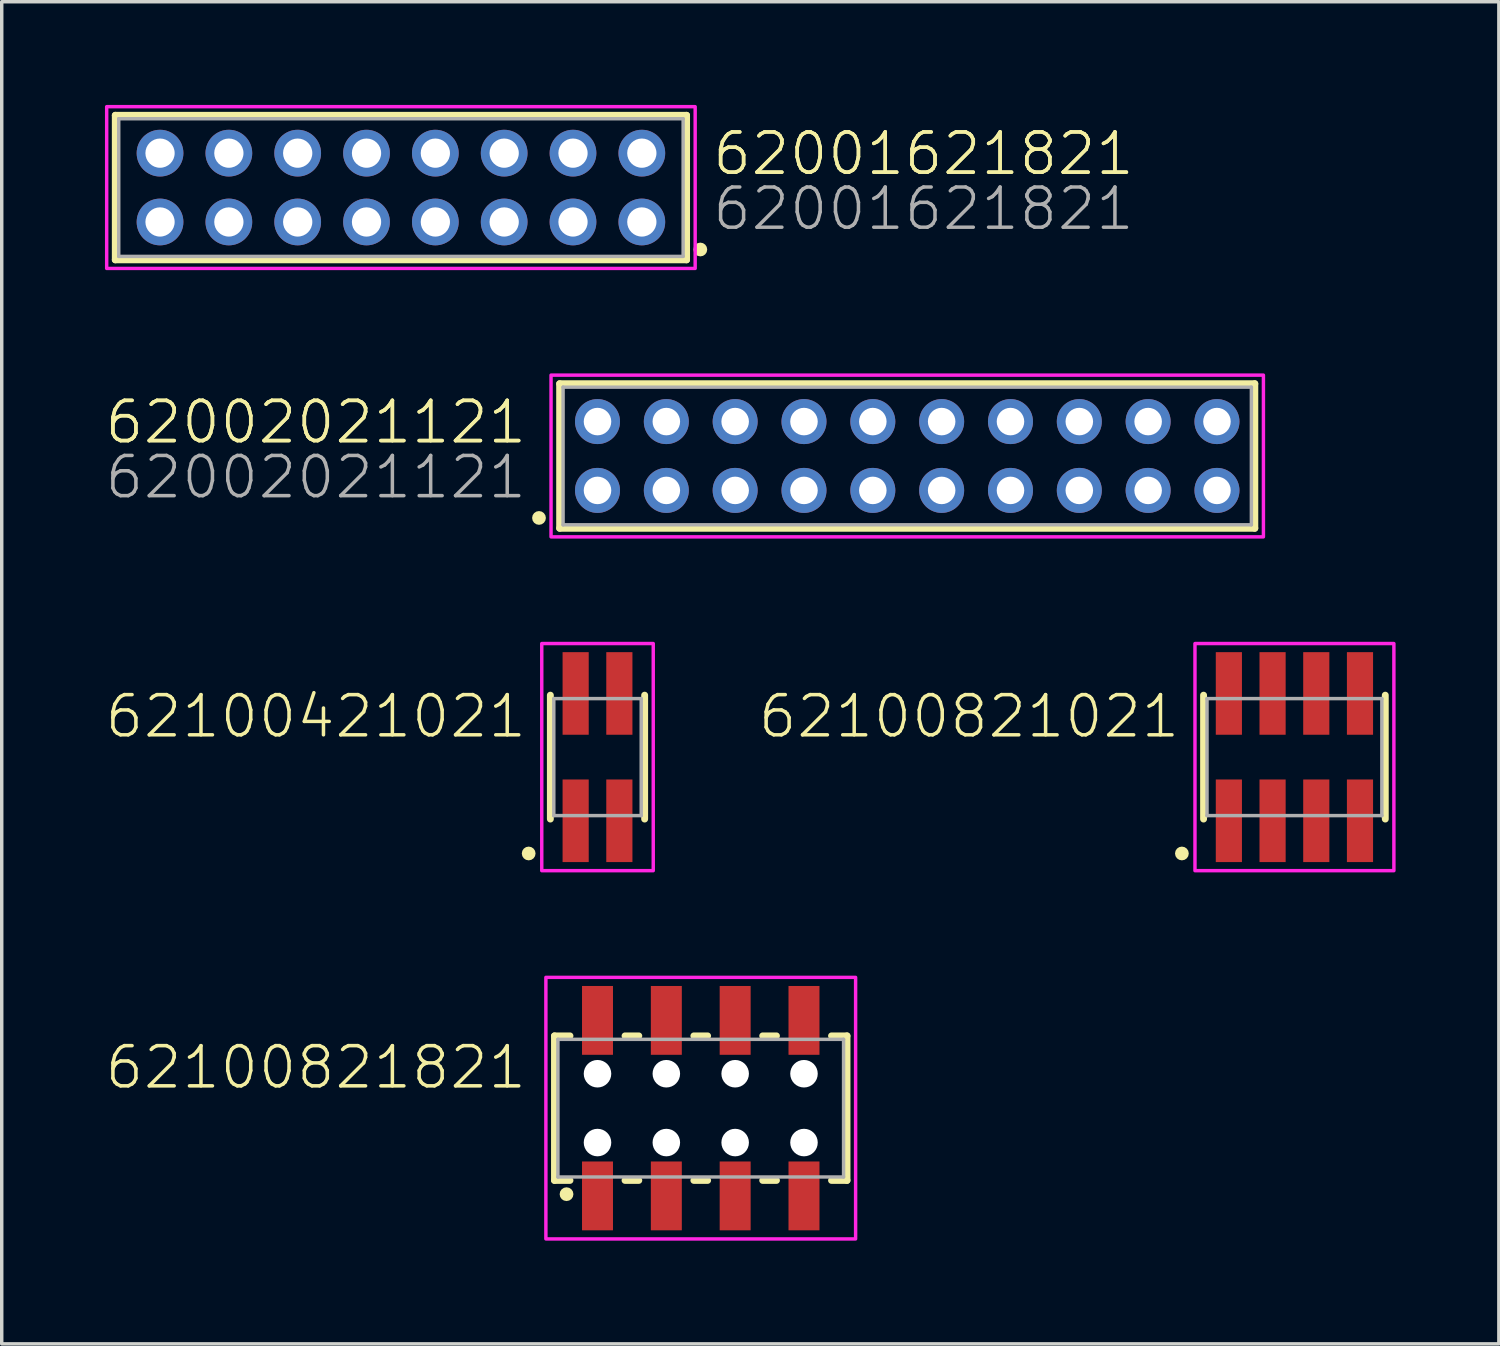
<source format=kicad_pcb>
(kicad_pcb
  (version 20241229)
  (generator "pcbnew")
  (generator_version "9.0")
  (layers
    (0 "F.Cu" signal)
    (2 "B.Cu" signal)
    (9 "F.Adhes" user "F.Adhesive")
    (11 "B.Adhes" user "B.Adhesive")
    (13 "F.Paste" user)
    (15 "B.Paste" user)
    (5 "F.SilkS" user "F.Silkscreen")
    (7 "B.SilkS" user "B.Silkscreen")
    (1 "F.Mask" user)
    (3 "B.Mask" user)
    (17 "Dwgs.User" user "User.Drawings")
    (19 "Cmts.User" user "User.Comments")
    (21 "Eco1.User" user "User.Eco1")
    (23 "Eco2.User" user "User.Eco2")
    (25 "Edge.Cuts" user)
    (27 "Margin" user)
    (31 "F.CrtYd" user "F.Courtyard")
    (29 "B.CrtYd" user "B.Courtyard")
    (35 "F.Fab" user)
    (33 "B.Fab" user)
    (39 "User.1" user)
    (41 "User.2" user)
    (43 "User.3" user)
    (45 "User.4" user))
  (footprint "62100421021"
    (layer "F.Cu")
    (at 14.312 18.95)
    (property "Reference" "62100421021" (at -2 -0.5 0) (unlocked yes) (layer "F.SilkS") (effects (font (size 1.168 1.168) (thickness 0.102)) (justify right bottom)))
    (fp_line (start -1.37 -1.8) (end -1.37 1.8) (stroke (width 0.2) (type solid)) (layer "F.SilkS"))
    (fp_line (start 1.37 1.8) (end 1.37 -1.8) (stroke (width 0.2) (type solid)) (layer "F.SilkS"))
    (fp_circle (center -2 2.8) (end -1.9 2.8) (stroke (width 0.2) (type solid)) (fill no) (layer "F.SilkS"))
    (fp_poly (pts (xy 1.62 3.3) (xy -1.62 3.3) (xy -1.62 -3.3) (xy 1.62 -3.3)) (stroke (width 0.1) (type default)) (fill no) (layer "F.CrtYd"))
    (fp_line (start -1.27 -1.7) (end -1.27 1.7) (stroke (width 0.1) (type solid)) (layer "F.Fab"))
    (fp_line (start -1.27 1.7) (end 1.27 1.7) (stroke (width 0.1) (type solid)) (layer "F.Fab"))
    (fp_line (start 1.27 -1.7) (end -1.27 -1.7) (stroke (width 0.1) (type solid)) (layer "F.Fab"))
    (fp_line (start 1.27 1.7) (end 1.27 -1.7) (stroke (width 0.1) (type solid)) (layer "F.Fab"))
    (pad "1" smd rect (at -0.635 1.85) (size 0.76 2.4) (layers "F.Cu" "F.Mask" "F.Paste"))
    (pad "2" smd rect (at -0.635 -1.85) (size 0.76 2.4) (layers "F.Cu" "F.Mask" "F.Paste"))
    (pad "3" smd rect (at 0.635 1.85) (size 0.76 2.4) (layers "F.Cu" "F.Mask" "F.Paste"))
    (pad "4" smd rect (at 0.635 -1.85) (size 0.76 2.4) (layers "F.Cu" "F.Mask" "F.Paste")))
  (footprint "62100821821"
    (layer "F.Cu")
    (at 17.312 29.15)
    (property "Reference" "62100821821" (at -5 -0.5 0) (unlocked yes) (layer "F.SilkS") (effects (font (size 1.168 1.168) (thickness 0.102)) (justify right bottom)))
    (fp_line (start -4.25 -2.1) (end -4.25 2.1) (stroke (width 0.2) (type solid)) (layer "F.SilkS"))
    (fp_line (start -4.25 2.1) (end -3.8 2.1) (stroke (width 0.2) (type solid)) (layer "F.SilkS"))
    (fp_line (start -3.8 -2.1) (end -4.25 -2.1) (stroke (width 0.2) (type solid)) (layer "F.SilkS"))
    (fp_line (start -2.2 -2.1) (end -1.8 -2.1) (stroke (width 0.2) (type solid)) (layer "F.SilkS"))
    (fp_line (start -2.2 2.1) (end -1.8 2.1) (stroke (width 0.2) (type solid)) (layer "F.SilkS"))
    (fp_line (start -0.2 -2.1) (end 0.2 -2.1) (stroke (width 0.2) (type solid)) (layer "F.SilkS"))
    (fp_line (start -0.2 2.1) (end 0.2 2.1) (stroke (width 0.2) (type solid)) (layer "F.SilkS"))
    (fp_line (start 1.8 -2.1) (end 2.2 -2.1) (stroke (width 0.2) (type solid)) (layer "F.SilkS"))
    (fp_line (start 1.8 2.1) (end 2.2 2.1) (stroke (width 0.2) (type solid)) (layer "F.SilkS"))
    (fp_line (start 3.8 -2.1) (end 4.25 -2.1) (stroke (width 0.2) (type solid)) (layer "F.SilkS"))
    (fp_line (start 3.8 2.1) (end 4.25 2.1) (stroke (width 0.2) (type solid)) (layer "F.SilkS"))
    (fp_line (start 4.25 -2.1) (end 4.25 2.1) (stroke (width 0.2) (type solid)) (layer "F.SilkS"))
    (fp_circle (center -3.9 2.5) (end -3.8 2.5) (stroke (width 0.2) (type solid)) (fill no) (layer "F.SilkS"))
    (fp_poly (pts (xy 4.5 3.8) (xy -4.5 3.8) (xy -4.5 -3.8) (xy 4.5 -3.8)) (stroke (width 0.1) (type default)) (fill no) (layer "F.CrtYd"))
    (fp_line (start -4.15 -2) (end 4.15 -2) (stroke (width 0.1) (type solid)) (layer "F.Fab"))
    (fp_line (start -4.15 2) (end -4.15 -2) (stroke (width 0.1) (type solid)) (layer "F.Fab"))
    (fp_line (start 4.15 -2) (end 4.15 2) (stroke (width 0.1) (type solid)) (layer "F.Fab"))
    (fp_line (start 4.15 2) (end -4.15 2) (stroke (width 0.1) (type solid)) (layer "F.Fab"))
    (pad "" np_thru_hole circle (at -3 -1) (size 0.8 0.8) (drill 0.8) (layers "*.Cu" "*.Mask"))
    (pad "" np_thru_hole circle (at -3 1) (size 0.8 0.8) (drill 0.8) (layers "*.Cu" "*.Mask"))
    (pad "" np_thru_hole circle (at -1 -1) (size 0.8 0.8) (drill 0.8) (layers "*.Cu" "*.Mask"))
    (pad "" np_thru_hole circle (at -1 1) (size 0.8 0.8) (drill 0.8) (layers "*.Cu" "*.Mask"))
    (pad "" np_thru_hole circle (at 1 -1) (size 0.8 0.8) (drill 0.8) (layers "*.Cu" "*.Mask"))
    (pad "" np_thru_hole circle (at 1 1) (size 0.8 0.8) (drill 0.8) (layers "*.Cu" "*.Mask"))
    (pad "" np_thru_hole circle (at 3 -1) (size 0.8 0.8) (drill 0.8) (layers "*.Cu" "*.Mask"))
    (pad "" np_thru_hole circle (at 3 1) (size 0.8 0.8) (drill 0.8) (layers "*.Cu" "*.Mask"))
    (pad "1" smd rect (at -3 2.55) (size 0.9 2) (layers "F.Cu" "F.Mask" "F.Paste"))
    (pad "2" smd rect (at -3 -2.55) (size 0.9 2) (layers "F.Cu" "F.Mask" "F.Paste"))
    (pad "3" smd rect (at -1 2.55) (size 0.9 2) (layers "F.Cu" "F.Mask" "F.Paste"))
    (pad "4" smd rect (at -1 -2.55) (size 0.9 2) (layers "F.Cu" "F.Mask" "F.Paste"))
    (pad "5" smd rect (at 1 2.55) (size 0.9 2) (layers "F.Cu" "F.Mask" "F.Paste"))
    (pad "6" smd rect (at 1 -2.55) (size 0.9 2) (layers "F.Cu" "F.Mask" "F.Paste"))
    (pad "7" smd rect (at 3 2.55) (size 0.9 2) (layers "F.Cu" "F.Mask" "F.Paste"))
    (pad "8" smd rect (at 3 -2.55) (size 0.9 2) (layers "F.Cu" "F.Mask" "F.Paste")))
  (footprint "62001621821"
    (layer "F.Cu")
    (at 8.6 2.4)
    (property "Reference" "62001621821" (at 9 -0.3 0) (unlocked yes) (layer "F.SilkS") (effects (font (size 1.168 1.168) (thickness 0.102)) (justify left bottom)))
    (property "Value" "62001621821" (at 9 1.3 0) (unlocked yes) (layer "F.Fab") (hide yes) (effects (font (size 1.168 1.168) (thickness 0.102)) (justify left bottom)))
    (fp_line (start -8.3 -2.1) (end 8.3 -2.1) (stroke (width 0.2) (type solid)) (layer "F.SilkS"))
    (fp_line (start -8.3 2.1) (end -8.3 -2.1) (stroke (width 0.2) (type solid)) (layer "F.SilkS"))
    (fp_line (start 8.3 -2.1) (end 8.3 2.1) (stroke (width 0.2) (type solid)) (layer "F.SilkS"))
    (fp_line (start 8.3 2.1) (end -8.3 2.1) (stroke (width 0.2) (type solid)) (layer "F.SilkS"))
    (fp_circle (center 8.7 1.8) (end 8.8 1.8) (stroke (width 0.2) (type solid)) (fill no) (layer "F.SilkS"))
    (fp_poly (pts (xy 8.55 2.35) (xy -8.55 2.35) (xy -8.55 -2.35) (xy 8.55 -2.35)) (stroke (width 0.1) (type default)) (fill no) (layer "F.CrtYd"))
    (fp_line (start -8.2 -2) (end -8.2 2) (stroke (width 0.1) (type solid)) (layer "F.Fab"))
    (fp_line (start -8.2 2) (end 8.2 2) (stroke (width 0.1) (type solid)) (layer "F.Fab"))
    (fp_line (start 8.2 -2) (end -8.2 -2) (stroke (width 0.1) (type solid)) (layer "F.Fab"))
    (fp_line (start 8.2 2) (end 8.2 -2) (stroke (width 0.1) (type solid)) (layer "F.Fab"))
    (fp_text user "${REFERENCE}" (at 9 -0.3 0) (unlocked yes) (layer "F.SilkS") (effects (font (size 1.168 1.168) (thickness 0.102)) (justify left bottom)))
    (fp_text user "${VALUE}" (at 9 1.3 0) (unlocked yes) (layer "F.Fab") (effects (font (size 1.168 1.168) (thickness 0.102)) (justify left bottom)))
    (pad "1" thru_hole circle (at 7 1 180) (size 1.358 1.358) (drill 0.85) (layers "*.Cu" "*.Mask"))
    (pad "2" thru_hole circle (at 7 -1 180) (size 1.358 1.358) (drill 0.85) (layers "*.Cu" "*.Mask"))
    (pad "3" thru_hole circle (at 5 1 180) (size 1.358 1.358) (drill 0.85) (layers "*.Cu" "*.Mask"))
    (pad "4" thru_hole circle (at 5 -1 180) (size 1.358 1.358) (drill 0.85) (layers "*.Cu" "*.Mask"))
    (pad "5" thru_hole circle (at 3 1 180) (size 1.358 1.358) (drill 0.85) (layers "*.Cu" "*.Mask"))
    (pad "6" thru_hole circle (at 3 -1 180) (size 1.358 1.358) (drill 0.85) (layers "*.Cu" "*.Mask"))
    (pad "7" thru_hole circle (at 1 1 180) (size 1.358 1.358) (drill 0.85) (layers "*.Cu" "*.Mask"))
    (pad "8" thru_hole circle (at 1 -1 180) (size 1.358 1.358) (drill 0.85) (layers "*.Cu" "*.Mask"))
    (pad "9" thru_hole circle (at -1 1 180) (size 1.358 1.358) (drill 0.85) (layers "*.Cu" "*.Mask"))
    (pad "10" thru_hole circle (at -1 -1 180) (size 1.358 1.358) (drill 0.85) (layers "*.Cu" "*.Mask"))
    (pad "11" thru_hole circle (at -3 1 180) (size 1.358 1.358) (drill 0.85) (layers "*.Cu" "*.Mask"))
    (pad "12" thru_hole circle (at -3 -1 180) (size 1.358 1.358) (drill 0.85) (layers "*.Cu" "*.Mask"))
    (pad "13" thru_hole circle (at -5 1 180) (size 1.358 1.358) (drill 0.85) (layers "*.Cu" "*.Mask"))
    (pad "14" thru_hole circle (at -5 -1 180) (size 1.358 1.358) (drill 0.85) (layers "*.Cu" "*.Mask"))
    (pad "15" thru_hole circle (at -7 1 180) (size 1.358 1.358) (drill 0.85) (layers "*.Cu" "*.Mask"))
    (pad "16" thru_hole circle (at -7 -1 180) (size 1.358 1.358) (drill 0.85) (layers "*.Cu" "*.Mask")))
  (footprint "62100821021"
    (layer "F.Cu")
    (at 34.563 18.95)
    (property "Reference" "62100821021" (at -3.27 -0.5 0) (unlocked yes) (layer "F.SilkS") (effects (font (size 1.168 1.168) (thickness 0.102)) (justify right bottom)))
    (fp_line (start -2.64 -1.8) (end -2.64 1.8) (stroke (width 0.2) (type solid)) (layer "F.SilkS"))
    (fp_line (start 2.64 1.8) (end 2.64 -1.8) (stroke (width 0.2) (type solid)) (layer "F.SilkS"))
    (fp_circle (center -3.27 2.8) (end -3.17 2.8) (stroke (width 0.2) (type solid)) (fill no) (layer "F.SilkS"))
    (fp_poly (pts (xy 2.89 3.3) (xy -2.89 3.3) (xy -2.89 -3.3) (xy 2.89 -3.3)) (stroke (width 0.1) (type default)) (fill no) (layer "F.CrtYd"))
    (fp_line (start -2.54 -1.7) (end -2.54 1.7) (stroke (width 0.1) (type solid)) (layer "F.Fab"))
    (fp_line (start -2.54 1.7) (end 2.54 1.7) (stroke (width 0.1) (type solid)) (layer "F.Fab"))
    (fp_line (start 2.54 -1.7) (end -2.54 -1.7) (stroke (width 0.1) (type solid)) (layer "F.Fab"))
    (fp_line (start 2.54 1.7) (end 2.54 -1.7) (stroke (width 0.1) (type solid)) (layer "F.Fab"))
    (pad "1" smd rect (at -1.905 1.85) (size 0.76 2.4) (layers "F.Cu" "F.Mask" "F.Paste"))
    (pad "2" smd rect (at -1.905 -1.85) (size 0.76 2.4) (layers "F.Cu" "F.Mask" "F.Paste"))
    (pad "3" smd rect (at -0.635 1.85) (size 0.76 2.4) (layers "F.Cu" "F.Mask" "F.Paste"))
    (pad "4" smd rect (at -0.635 -1.85) (size 0.76 2.4) (layers "F.Cu" "F.Mask" "F.Paste"))
    (pad "5" smd rect (at 0.635 1.85) (size 0.76 2.4) (layers "F.Cu" "F.Mask" "F.Paste"))
    (pad "6" smd rect (at 0.635 -1.85) (size 0.76 2.4) (layers "F.Cu" "F.Mask" "F.Paste"))
    (pad "7" smd rect (at 1.905 1.85) (size 0.76 2.4) (layers "F.Cu" "F.Mask" "F.Paste"))
    (pad "8" smd rect (at 1.905 -1.85) (size 0.76 2.4) (layers "F.Cu" "F.Mask" "F.Paste")))
  (footprint "62002021121"
    (layer "F.Cu")
    (at 23.312 10.2)
    (property "Reference" "62002021121" (at -11 -0.3 0) (unlocked yes) (layer "F.SilkS") (effects (font (size 1.168 1.168) (thickness 0.102)) (justify right bottom)))
    (property "Value" "62002021121" (at -11 1.3 0) (unlocked yes) (layer "F.Fab") (hide yes) (effects (font (size 1.168 1.168) (thickness 0.102)) (justify right bottom)))
    (fp_line (start -10.1 -2.1) (end 10.1 -2.1) (stroke (width 0.2) (type solid)) (layer "F.SilkS"))
    (fp_line (start -10.1 2.1) (end -10.1 -2.1) (stroke (width 0.2) (type solid)) (layer "F.SilkS"))
    (fp_line (start 10.1 -2.1) (end 10.1 2.1) (stroke (width 0.2) (type solid)) (layer "F.SilkS"))
    (fp_line (start 10.1 2.1) (end -10.1 2.1) (stroke (width 0.2) (type solid)) (layer "F.SilkS"))
    (fp_circle (center -10.7 1.8) (end -10.6 1.8) (stroke (width 0.2) (type solid)) (fill no) (layer "F.SilkS"))
    (fp_poly (pts (xy 10.35 2.35) (xy -10.35 2.35) (xy -10.35 -2.35) (xy 10.35 -2.35)) (stroke (width 0.1) (type default)) (fill no) (layer "F.CrtYd"))
    (fp_line (start -10 -2) (end -10 2) (stroke (width 0.1) (type solid)) (layer "F.Fab"))
    (fp_line (start -10 2) (end 10 2) (stroke (width 0.1) (type solid)) (layer "F.Fab"))
    (fp_line (start 10 -2) (end -10 -2) (stroke (width 0.1) (type solid)) (layer "F.Fab"))
    (fp_line (start 10 2) (end 10 -2) (stroke (width 0.1) (type solid)) (layer "F.Fab"))
    (fp_text user "${REFERENCE}" (at -11 -0.3 0) (unlocked yes) (layer "F.SilkS") (effects (font (size 1.168 1.168) (thickness 0.102)) (justify right bottom)))
    (fp_text user "${VALUE}" (at -11 1.3 0) (unlocked yes) (layer "F.Fab") (effects (font (size 1.168 1.168) (thickness 0.102)) (justify right bottom)))
    (pad "1" thru_hole circle (at -9 1) (size 1.308 1.308) (drill 0.8) (layers "*.Cu" "*.Mask"))
    (pad "2" thru_hole circle (at -9 -1) (size 1.308 1.308) (drill 0.8) (layers "*.Cu" "*.Mask"))
    (pad "3" thru_hole circle (at -7 1) (size 1.308 1.308) (drill 0.8) (layers "*.Cu" "*.Mask"))
    (pad "4" thru_hole circle (at -7 -1) (size 1.308 1.308) (drill 0.8) (layers "*.Cu" "*.Mask"))
    (pad "5" thru_hole circle (at -5 1) (size 1.308 1.308) (drill 0.8) (layers "*.Cu" "*.Mask"))
    (pad "6" thru_hole circle (at -5 -1) (size 1.308 1.308) (drill 0.8) (layers "*.Cu" "*.Mask"))
    (pad "7" thru_hole circle (at -3 1) (size 1.308 1.308) (drill 0.8) (layers "*.Cu" "*.Mask"))
    (pad "8" thru_hole circle (at -3 -1) (size 1.308 1.308) (drill 0.8) (layers "*.Cu" "*.Mask"))
    (pad "9" thru_hole circle (at -1 1) (size 1.308 1.308) (drill 0.8) (layers "*.Cu" "*.Mask"))
    (pad "10" thru_hole circle (at -1 -1) (size 1.308 1.308) (drill 0.8) (layers "*.Cu" "*.Mask"))
    (pad "11" thru_hole circle (at 1 1) (size 1.308 1.308) (drill 0.8) (layers "*.Cu" "*.Mask"))
    (pad "12" thru_hole circle (at 1 -1) (size 1.308 1.308) (drill 0.8) (layers "*.Cu" "*.Mask"))
    (pad "13" thru_hole circle (at 3 1) (size 1.308 1.308) (drill 0.8) (layers "*.Cu" "*.Mask"))
    (pad "14" thru_hole circle (at 3 -1) (size 1.308 1.308) (drill 0.8) (layers "*.Cu" "*.Mask"))
    (pad "15" thru_hole circle (at 5 1) (size 1.308 1.308) (drill 0.8) (layers "*.Cu" "*.Mask"))
    (pad "16" thru_hole circle (at 5 -1) (size 1.308 1.308) (drill 0.8) (layers "*.Cu" "*.Mask"))
    (pad "17" thru_hole circle (at 7 1) (size 1.308 1.308) (drill 0.8) (layers "*.Cu" "*.Mask"))
    (pad "18" thru_hole circle (at 7 -1) (size 1.308 1.308) (drill 0.8) (layers "*.Cu" "*.Mask"))
    (pad "19" thru_hole circle (at 9 1) (size 1.308 1.308) (drill 0.8) (layers "*.Cu" "*.Mask"))
    (pad "20" thru_hole circle (at 9 -1) (size 1.308 1.308) (drill 0.8) (layers "*.Cu" "*.Mask")))
  (gr_rect
    (start -3 -3)
    (end 40.503 36)
    (stroke (width 0.1) (type default))
    (fill no)
    (layer "Edge.Cuts")))
</source>
